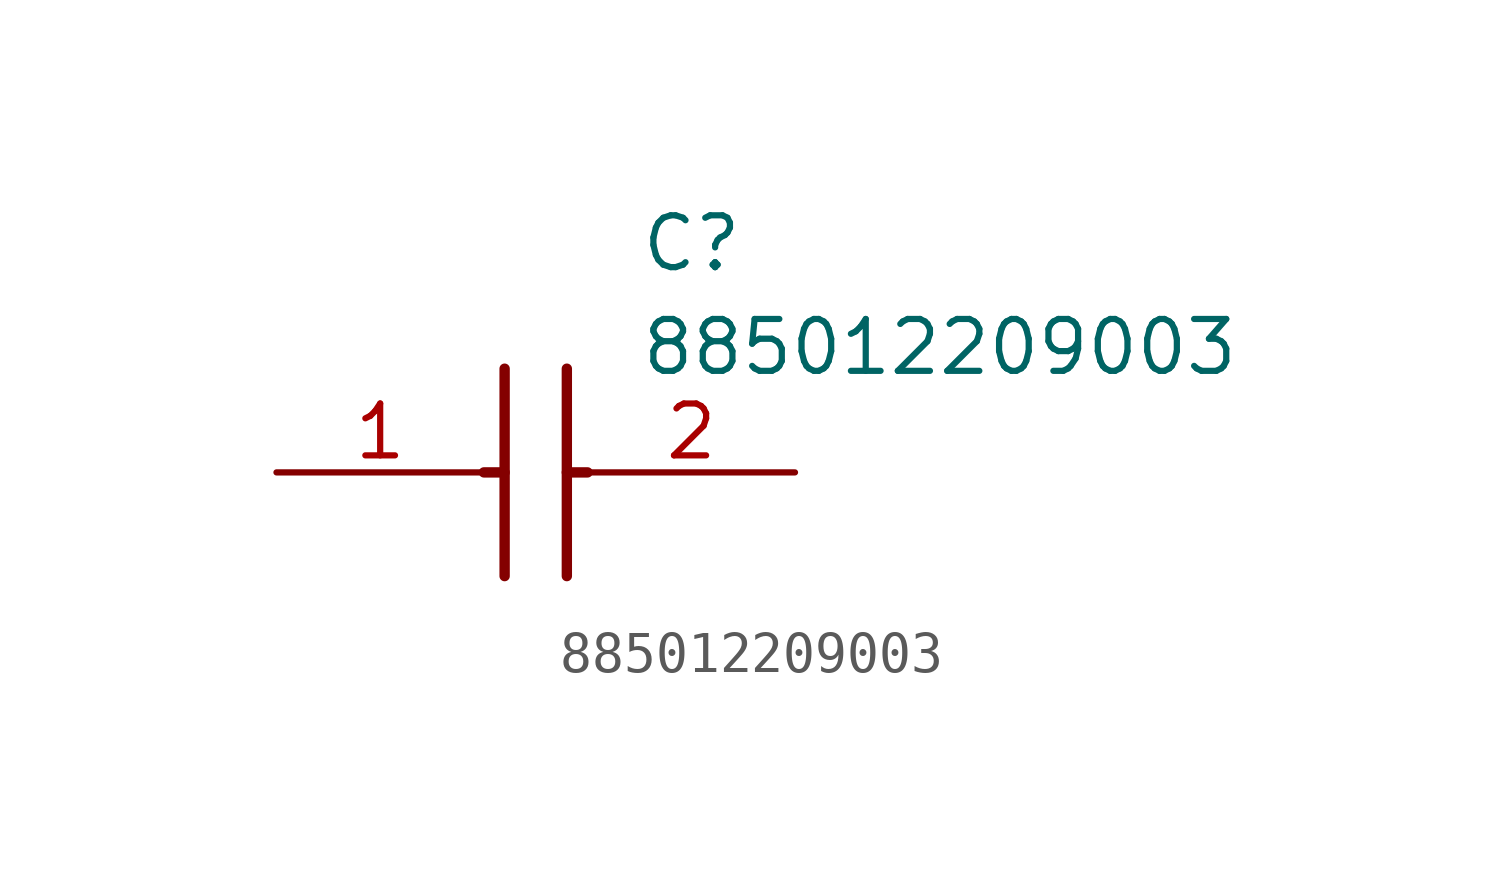
<source format=kicad_sym>
(kicad_symbol_lib
  (version 20211014)
  (generator SamacSys_ECAD_Model)
  (symbol "885012209003"
    (pin_names hide)
    (property "Reference" "C"
      (at 8.89 6.35 0)
      (effects (font (size 1.27 1.27)) (justify left top)))
    (property "Value" "885012209003"
      (at 8.89 3.81 0)
      (effects (font (size 1.27 1.27)) (justify left top)))
    (polyline
      (pts (xy 5.588 2.54) (xy 5.588 -2.54))
      (stroke (width 0.254) (type default))
      (fill (type none)))
    (polyline
      (pts (xy 7.112 2.54) (xy 7.112 -2.54))
      (stroke (width 0.254) (type default))
      (fill (type none)))
    (polyline
      (pts (xy 5.08 0) (xy 5.588 0))
      (stroke (width 0.254) (type default))
      (fill (type none)))
    (polyline
      (pts (xy 7.112 0) (xy 7.62 0))
      (stroke (width 0.254) (type default))
      (fill (type none)))
    (pin passive line
      (at 0 0 0)
      (length 5.08)
      (name "1" (effects (font (size 1.27 1.27))))
      (number "1" (effects (font (size 1.27 1.27)))))
    (pin passive line
      (at 12.7 0 180)
      (length 5.08)
      (name "2" (effects (font (size 1.27 1.27))))
      (number "2" (effects (font (size 1.27 1.27)))))))
</source>
